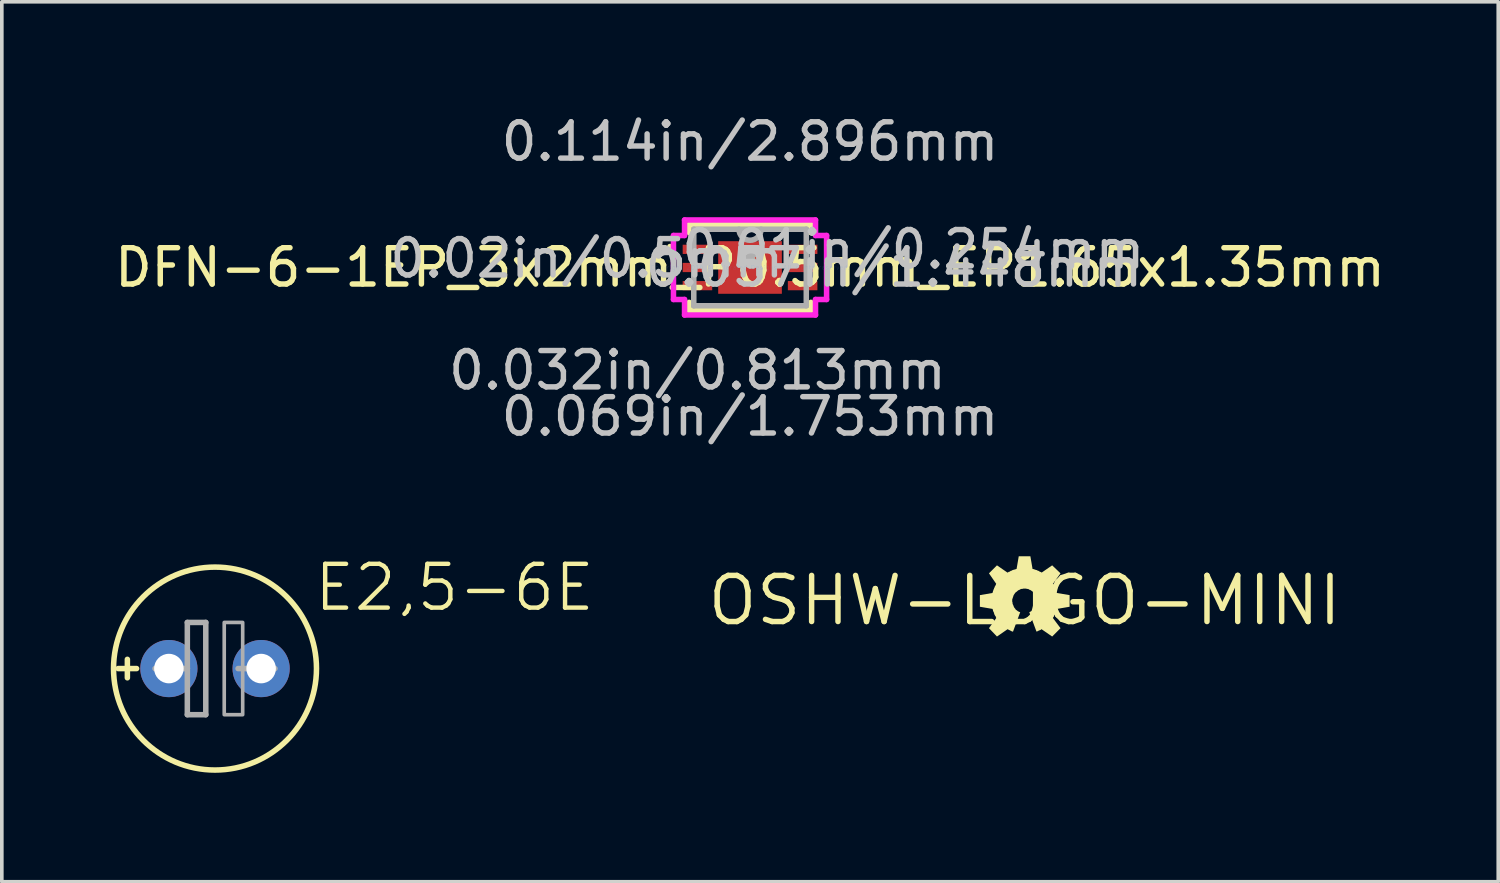
<source format=kicad_pcb>
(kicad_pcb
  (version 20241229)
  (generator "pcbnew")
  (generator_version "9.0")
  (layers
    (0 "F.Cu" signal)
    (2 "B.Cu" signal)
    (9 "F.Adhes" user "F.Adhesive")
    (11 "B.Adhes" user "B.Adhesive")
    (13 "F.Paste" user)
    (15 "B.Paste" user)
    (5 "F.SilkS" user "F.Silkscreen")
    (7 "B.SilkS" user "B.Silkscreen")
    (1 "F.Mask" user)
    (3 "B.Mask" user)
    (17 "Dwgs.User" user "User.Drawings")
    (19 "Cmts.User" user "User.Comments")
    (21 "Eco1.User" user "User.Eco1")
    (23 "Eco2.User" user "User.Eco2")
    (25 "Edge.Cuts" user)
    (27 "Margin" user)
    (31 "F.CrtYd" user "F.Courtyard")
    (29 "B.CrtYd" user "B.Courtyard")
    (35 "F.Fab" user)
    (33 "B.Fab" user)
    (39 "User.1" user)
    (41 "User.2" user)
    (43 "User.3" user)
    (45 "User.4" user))
  (footprint "OSHW-LOGO-MINI"
    (layer "F.Cu")
    (at 25.163 13.483)
    (property "Reference" "OSHW-LOGO-MINI" (at 0 0 0) (layer "F.SilkS") (effects (font (size 1.27 1.27) (thickness 0.15))))
    (attr through_hole)
    (fp_poly (pts (xy 1.237 0.173) (xy 1.237 -0.147) (xy 0.877 -0.207) (xy 0.877 -0.247) (xy 0.867 -0.257) (xy 0.867 -0.277) (xy 0.857 -0.287) (xy 0.847 -0.307) (xy 0.847 -0.327) (xy 0.837 -0.337) (xy 0.837 -0.357) (xy 0.827 -0.367) (xy 0.817 -0.387) (xy 0.807 -0.397) (xy 0.807 -0.417) (xy 0.797 -0.427) (xy 0.787 -0.447) (xy 0.777 -0.457) (xy 0.987 -0.747) (xy 0.757 -0.967) (xy 0.467 -0.767) (xy 0.457 -0.777) (xy 0.437 -0.787) (xy 0.427 -0.787) (xy 0.407 -0.797) (xy 0.397 -0.807) (xy 0.377 -0.817) (xy 0.367 -0.817) (xy 0.347 -0.827) (xy 0.337 -0.837) (xy 0.317 -0.837) (xy 0.297 -0.847) (xy 0.287 -0.847) (xy 0.267 -0.857) (xy 0.257 -0.857) (xy 0.237 -0.867) (xy 0.217 -0.867) (xy 0.157 -1.217) (xy -0.163 -1.217) (xy -0.223 -0.867) (xy -0.233 -0.867) (xy -0.253 -0.857) (xy -0.273 -0.857) (xy -0.283 -0.847) (xy -0.303 -0.847) (xy -0.323 -0.837) (xy -0.333 -0.837) (xy -0.353 -0.827) (xy -0.363 -0.817) (xy -0.383 -0.817) (xy -0.393 -0.807) (xy -0.413 -0.797) (xy -0.423 -0.787) (xy -0.443 -0.787) (xy -0.453 -0.777) (xy -0.473 -0.767) (xy -0.763 -0.967) (xy -0.983 -0.747) (xy -0.783 -0.457) (xy -0.793 -0.447) (xy -0.793 -0.427) (xy -0.803 -0.417) (xy -0.813 -0.397) (xy -0.823 -0.387) (xy -0.823 -0.367) (xy -0.833 -0.357) (xy -0.843 -0.337) (xy -0.843 -0.327) (xy -0.863 -0.287) (xy -0.863 -0.277) (xy -0.873 -0.257) (xy -0.873 -0.247) (xy -0.883 -0.227) (xy -0.883 -0.207) (xy -1.233 -0.147) (xy -1.233 0.173) (xy -0.883 0.233) (xy -0.883 0.243) (xy -0.873 0.263) (xy -0.873 0.283) (xy -0.863 0.293) (xy -0.863 0.313) (xy -0.853 0.323) (xy -0.843 0.343) (xy -0.843 0.363) (xy -0.833 0.373) (xy -0.833 0.393) (xy -0.823 0.403) (xy -0.813 0.423) (xy -0.803 0.433) (xy -0.793 0.453) (xy -0.793 0.463) (xy -0.783 0.483) (xy -0.983 0.763) (xy -0.763 0.993) (xy -0.473 0.793) (xy -0.463 0.793) (xy -0.453 0.803) (xy -0.443 0.803) (xy -0.433 0.813) (xy -0.423 0.813) (xy -0.413 0.823) (xy -0.403 0.823) (xy -0.393 0.833) (xy -0.383 0.833) (xy -0.373 0.843) (xy -0.363 0.843) (xy -0.353 0.853) (xy -0.333 0.853) (xy -0.323 0.863) (xy -0.123 0.323) (xy -0.153 0.313) (xy -0.193 0.293) (xy -0.213 0.273) (xy -0.233 0.263) (xy -0.253 0.243) (xy -0.263 0.223) (xy -0.283 0.203) (xy -0.303 0.163) (xy -0.313 0.133) (xy -0.333 0.093) (xy -0.333 0.063) (xy -0.343 0.033) (xy -0.343 -0.027) (xy -0.303 -0.147) (xy -0.263 -0.207) (xy -0.243 -0.227) (xy -0.213 -0.247) (xy -0.193 -0.267) (xy -0.163 -0.287) (xy -0.133 -0.297) (xy -0.103 -0.317) (xy -0.073 -0.317) (xy -0.033 -0.327) (xy 0.037 -0.327) (xy 0.067 -0.317) (xy 0.097 -0.317) (xy 0.127 -0.297) (xy 0.157 -0.287) (xy 0.217 -0.247) (xy 0.257 -0.207) (xy 0.297 -0.147) (xy 0.307 -0.117) (xy 0.327 -0.087) (xy 0.327 -0.057) (xy 0.337 -0.027) (xy 0.337 0.063) (xy 0.327 0.093) (xy 0.327 0.113) (xy 0.317 0.133) (xy 0.307 0.163) (xy 0.297 0.183) (xy 0.277 0.203) (xy 0.267 0.223) (xy 0.227 0.263) (xy 0.207 0.273) (xy 0.187 0.293) (xy 0.127 0.323) (xy 0.327 0.863) (xy 0.327 0.853) (xy 0.347 0.853) (xy 0.357 0.843) (xy 0.367 0.843) (xy 0.377 0.833) (xy 0.387 0.833) (xy 0.397 0.823) (xy 0.417 0.823) (xy 0.427 0.813) (xy 0.437 0.813) (xy 0.457 0.793) (xy 0.467 0.793) (xy 0.757 0.993) (xy 0.987 0.763) (xy 0.777 0.483) (xy 0.787 0.463) (xy 0.797 0.453) (xy 0.807 0.433) (xy 0.807 0.423) (xy 0.817 0.403) (xy 0.827 0.393) (xy 0.837 0.373) (xy 0.837 0.363) (xy 0.857 0.323) (xy 0.857 0.313) (xy 0.867 0.293) (xy 0.867 0.283) (xy 0.877 0.263) (xy 0.877 0.243) (xy 0.887 0.233)) (stroke (width 0) (type solid)) (fill yes) (layer "F.SilkS")))
  (footprint "E2,5-6E"
    (layer "F.Cu")
    (at 2.87 15.358)
    (property "Reference" "E2,5-6E" (at 2.667 -1.524 180) (layer "F.SilkS") (effects (font (size 1.206 1.206) (thickness 0.121)) (justify left bottom)))
    (attr through_hole)
    (fp_line (start -2.413 0.254) (end -2.413 -0.254) (stroke (width 0.152) (type solid)) (layer "F.SilkS"))
    (fp_line (start -2.159 0) (end -2.667 0) (stroke (width 0.152) (type solid)) (layer "F.SilkS"))
    (fp_circle (center 0 0) (end 2.794 0) (stroke (width 0.152) (type solid)) (fill no) (layer "F.SilkS"))
    (fp_line (start -1.651 0) (end -0.762 0) (stroke (width 0.152) (type solid)) (layer "F.Fab"))
    (fp_line (start -0.762 -1.27) (end -0.762 0) (stroke (width 0.152) (type solid)) (layer "F.Fab"))
    (fp_line (start -0.762 0) (end -0.762 1.27) (stroke (width 0.152) (type solid)) (layer "F.Fab"))
    (fp_line (start -0.762 1.27) (end -0.254 1.27) (stroke (width 0.152) (type solid)) (layer "F.Fab"))
    (fp_line (start -0.254 -1.27) (end -0.762 -1.27) (stroke (width 0.152) (type solid)) (layer "F.Fab"))
    (fp_line (start -0.254 1.27) (end -0.254 -1.27) (stroke (width 0.152) (type solid)) (layer "F.Fab"))
    (fp_line (start 0.635 0) (end 1.651 0) (stroke (width 0.152) (type solid)) (layer "F.Fab"))
    (fp_poly (pts (xy 0.254 1.27) (xy 0.762 1.27) (xy 0.762 -1.27) (xy 0.254 -1.27)) (stroke (width 0.1) (type solid)) (fill no) (layer "F.Fab"))
    (pad "+" thru_hole circle (at -1.27 0) (size 1.575 1.575) (drill 0.813) (layers "*.Cu" "*.Mask"))
    (pad "-" thru_hole circle (at 1.27 0) (size 1.575 1.575) (drill 0.813) (layers "*.Cu" "*.Mask")))
  (footprint "DFN-6-1EP_3x2mm_P0.5mm_EP1.65x1.35mm"
    (layer "F.Cu")
    (at 17.601 4.315)
    (property "Reference" "DFN-6-1EP_3x2mm_P0.5mm_EP1.65x1.35mm" (at 0 0 0) (layer "F.SilkS") (effects (font (size 1 1) (thickness 0.15))))
    (attr through_hole)
    (fp_line (start -1.676 -1.181) (end -1.676 -0.96) (stroke (width 0.152) (type solid)) (layer "F.SilkS"))
    (fp_line (start -1.676 0.96) (end -1.676 1.181) (stroke (width 0.152) (type solid)) (layer "F.SilkS"))
    (fp_line (start -1.676 1.181) (end 1.676 1.181) (stroke (width 0.152) (type solid)) (layer "F.SilkS"))
    (fp_line (start 1.676 -1.181) (end -1.676 -1.181) (stroke (width 0.152) (type solid)) (layer "F.SilkS"))
    (fp_line (start 1.676 -0.96) (end 1.676 -1.181) (stroke (width 0.152) (type solid)) (layer "F.SilkS"))
    (fp_line (start 1.676 1.181) (end 1.676 0.96) (stroke (width 0.152) (type solid)) (layer "F.SilkS"))
    (fp_arc (start -2.2058 -0.5762) (mid -2.131971 -0.48114) (end -2.242346 -0.433136) (stroke (width 0.1524) (type solid)) (layer "F.SilkS"))
    (fp_line (start -2.108 -0.881) (end -1.803 -0.881) (stroke (width 0.152) (type solid)) (layer "F.CrtYd"))
    (fp_line (start -2.108 0.881) (end -2.108 -0.881) (stroke (width 0.152) (type solid)) (layer "F.CrtYd"))
    (fp_line (start -1.803 -1.308) (end 1.803 -1.308) (stroke (width 0.152) (type solid)) (layer "F.CrtYd"))
    (fp_line (start -1.803 -0.881) (end -1.803 -1.308) (stroke (width 0.152) (type solid)) (layer "F.CrtYd"))
    (fp_line (start -1.803 0.881) (end -2.108 0.881) (stroke (width 0.152) (type solid)) (layer "F.CrtYd"))
    (fp_line (start -1.803 1.308) (end -1.803 0.881) (stroke (width 0.152) (type solid)) (layer "F.CrtYd"))
    (fp_line (start 1.803 -1.308) (end 1.803 -0.881) (stroke (width 0.152) (type solid)) (layer "F.CrtYd"))
    (fp_line (start 1.803 -0.881) (end 2.108 -0.881) (stroke (width 0.152) (type solid)) (layer "F.CrtYd"))
    (fp_line (start 1.803 0.881) (end 1.803 1.308) (stroke (width 0.152) (type solid)) (layer "F.CrtYd"))
    (fp_line (start 1.803 1.308) (end -1.803 1.308) (stroke (width 0.152) (type solid)) (layer "F.CrtYd"))
    (fp_line (start 2.108 -0.881) (end 2.108 0.881) (stroke (width 0.152) (type solid)) (layer "F.CrtYd"))
    (fp_line (start 2.108 0.881) (end 1.803 0.881) (stroke (width 0.152) (type solid)) (layer "F.CrtYd"))
    (fp_line (start -1.549 -1.054) (end -1.549 1.054) (stroke (width 0.152) (type solid)) (layer "F.Fab"))
    (fp_line (start -1.549 1.054) (end 1.549 1.054) (stroke (width 0.152) (type solid)) (layer "F.Fab"))
    (fp_line (start 1.549 -1.054) (end -1.549 -1.054) (stroke (width 0.152) (type solid)) (layer "F.Fab"))
    (fp_line (start 1.549 1.054) (end 1.549 -1.054) (stroke (width 0.152) (type solid)) (layer "F.Fab"))
    (fp_arc (start 0.3048 -1.0541) (mid 0 -0.7493) (end -0.3048 -1.0541) (stroke (width 0.1524) (type solid)) (layer "F.Fab"))
    (fp_text user "*" (at 0 0 0) (layer "F.SilkS") (effects (font (size 1 1) (thickness 0.15))))
    (fp_text user "0.069in/1.753mm" (at 0 4.102 0) (layer "Dwgs.User") (effects (font (size 1 1) (thickness 0.15))))
    (fp_text user "0.02in/0.5mm" (at -4.496 -0.25 0) (layer "Dwgs.User") (effects (font (size 1 1) (thickness 0.15))))
    (fp_text user "0.032in/0.813mm" (at -1.448 2.832 0) (layer "Dwgs.User") (effects (font (size 1 1) (thickness 0.15))))
    (fp_text user "0.114in/2.896mm" (at 0 -3.467 0) (layer "Dwgs.User") (effects (font (size 1 1) (thickness 0.15))))
    (fp_text user "0.057in/1.448mm" (at 3.962 0 0) (layer "Dwgs.User") (effects (font (size 1 1) (thickness 0.15))))
    (fp_text user "0.01in/0.254mm" (at 4.496 -0.5 0) (layer "Dwgs.User") (effects (font (size 1 1) (thickness 0.15))))
    (fp_text user "Copyright 2016 Accelerated Designs. All rights reserved." (at 0 0 0) (layer "Cmts.User") (effects (font (size 0.127 0.127) (thickness 0.002))))
    (fp_text user "*" (at 0 0 0) (layer "F.Fab") (effects (font (size 1 1) (thickness 0.15))))
    (pad "1" smd rect (at -1.448 -0.5) (size 0.813 0.254) (layers "F.Cu" "F.Mask" "F.Paste"))
    (pad "2" smd rect (at -1.448 0) (size 0.813 0.254) (layers "F.Cu" "F.Mask" "F.Paste"))
    (pad "3" smd rect (at -1.448 0.5) (size 0.813 0.254) (layers "F.Cu" "F.Mask" "F.Paste"))
    (pad "4" smd rect (at 1.448 0.5) (size 0.813 0.254) (layers "F.Cu" "F.Mask" "F.Paste"))
    (pad "5" smd rect (at 1.448 0) (size 0.813 0.254) (layers "F.Cu" "F.Mask" "F.Paste"))
    (pad "6" smd rect (at 1.448 -0.5) (size 0.813 0.254) (layers "F.Cu" "F.Mask" "F.Paste"))
    (pad "7" smd rect (at 0 0) (size 1.753 1.448) (layers "F.Cu" "F.Mask" "F.Paste")))
  (gr_rect
    (start -3 -3)
    (end 38.202 21.228)
    (stroke (width 0.1) (type default))
    (fill no)
    (layer "Edge.Cuts")))
</source>
